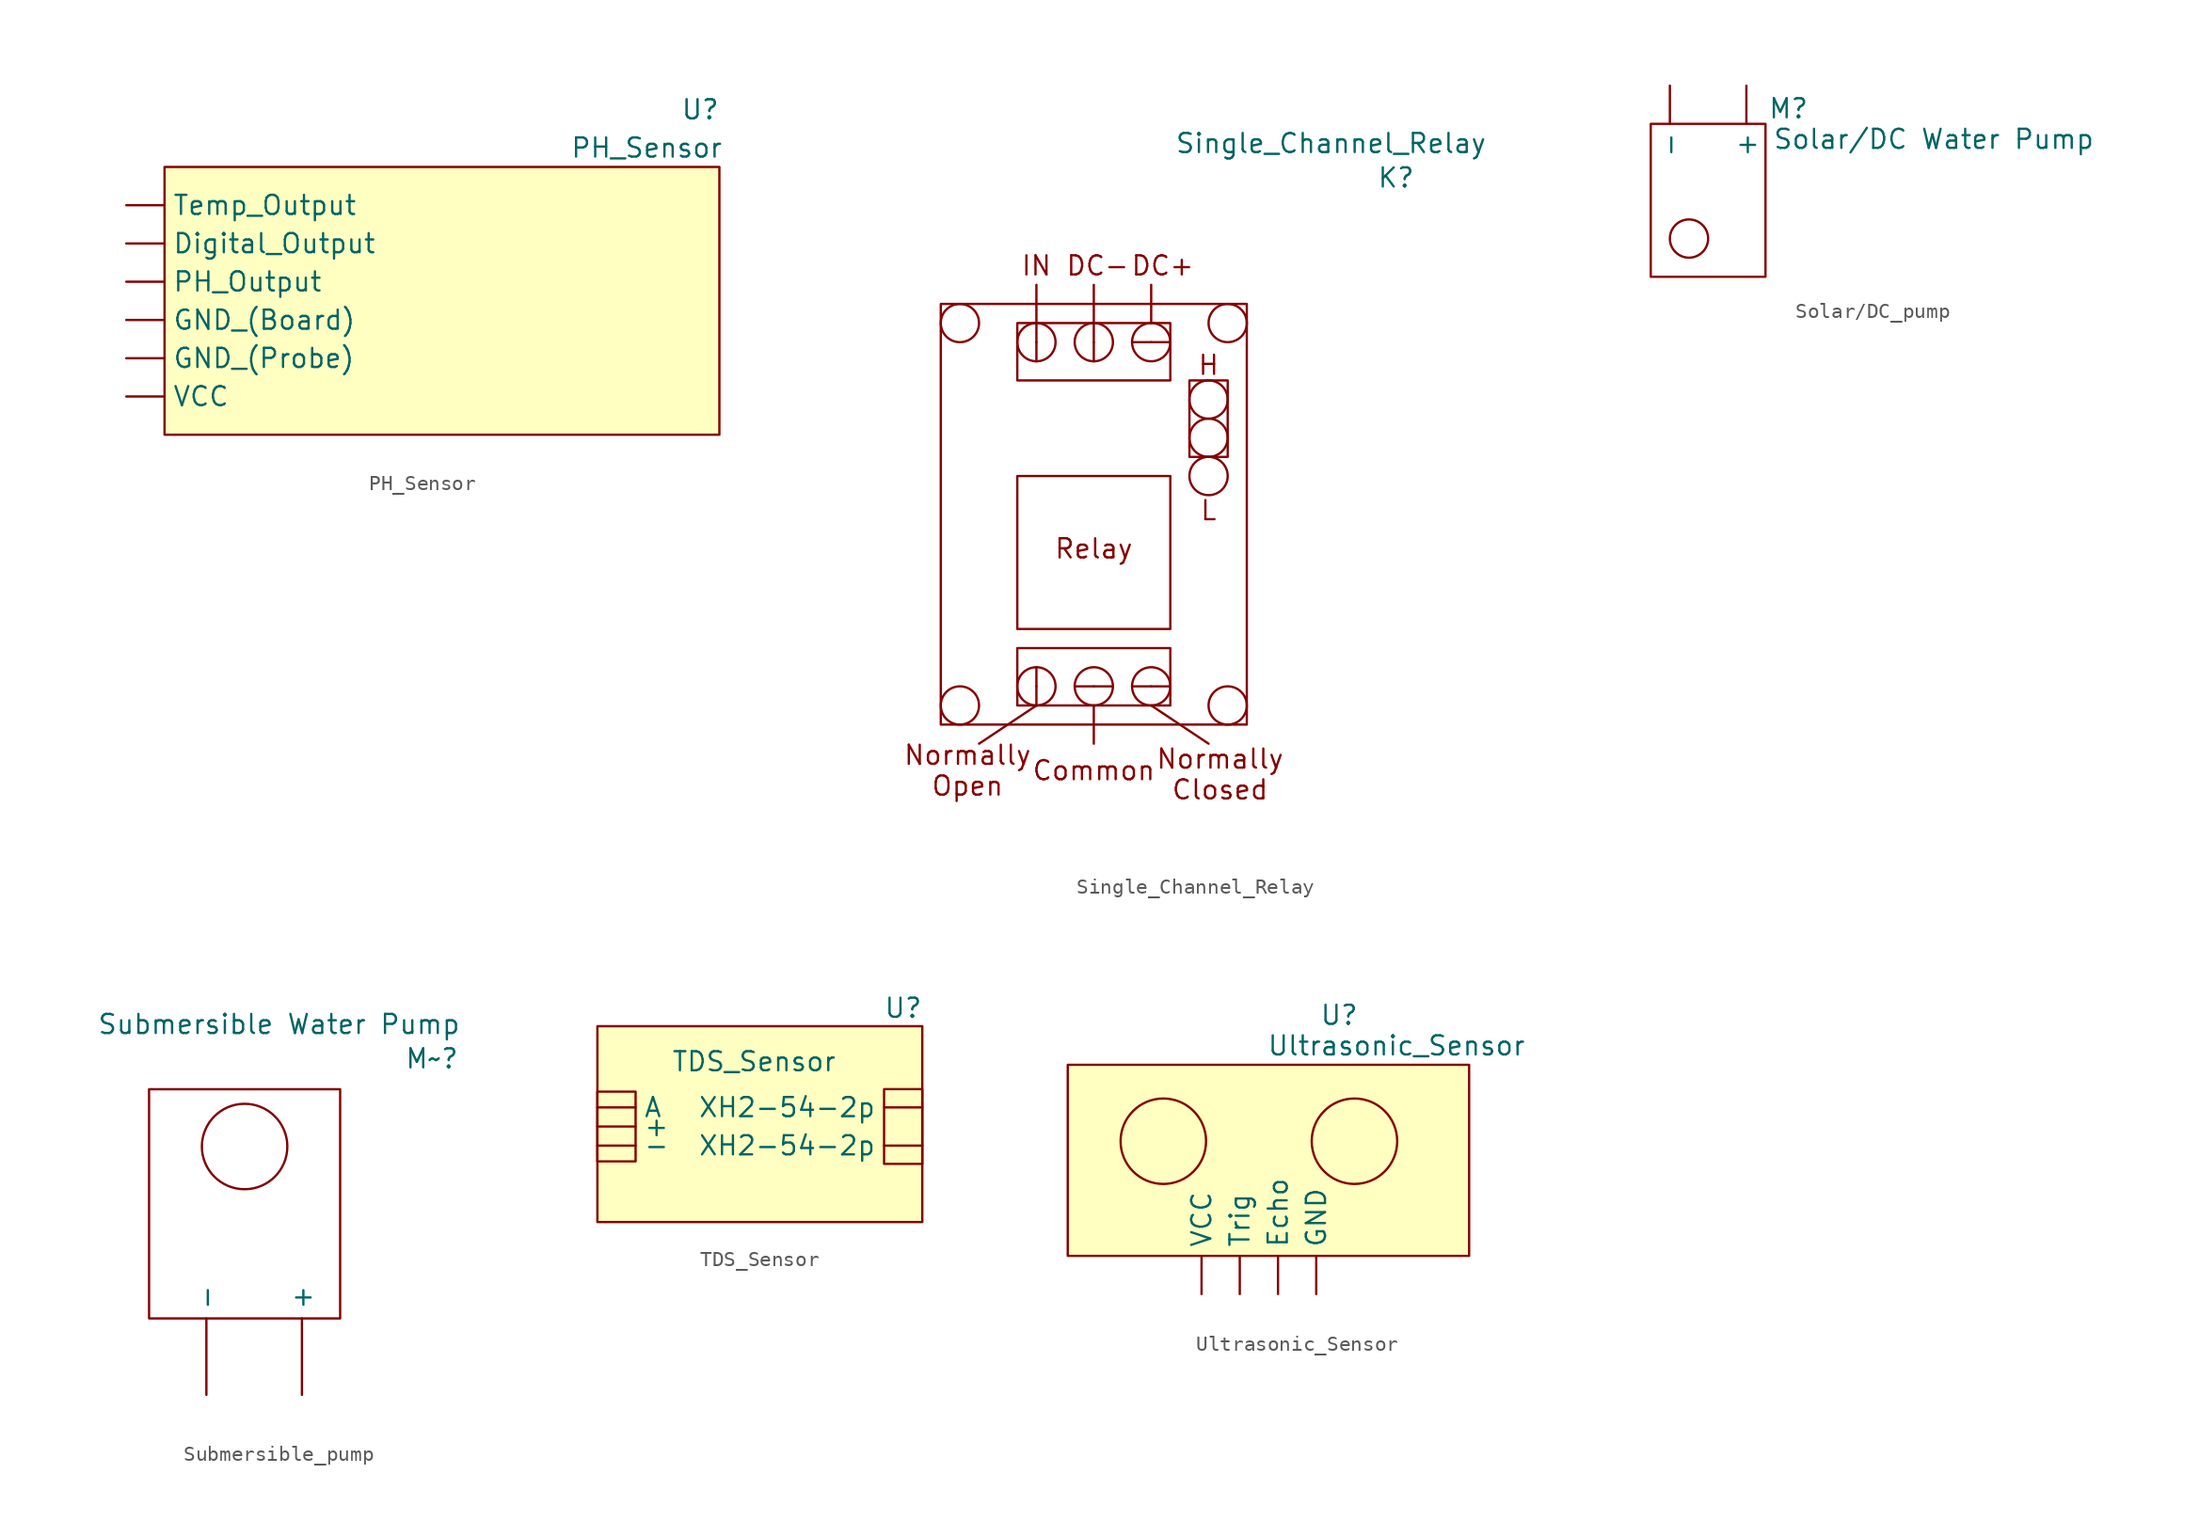
<source format=kicad_sym>
(kicad_symbol_lib
  (version 20241209)
  (generator "kicad_symbol_editor")
  (generator_version "9.0")
  (symbol "PH_Sensor"
    (property "Reference" "U"
      (at 17.78 12.7 0)
      (effects (font (size 1.27 1.27) (thickness 0.159))))
    (property "Value" "PH_Sensor"
      (at 14.224 10.16 0)
      (effects (font (size 1.27 1.27))))
    (symbol "PH_Sensor_0_1"
      (rectangle (start -17.78 8.89) (end 19.05 -8.89) (stroke (width 0) (type solid)) (fill (type color) (color 255 255 194 1))))
    (symbol "PH_Sensor_1_1"
      (pin output line (at -20.32 6.35 0) (length 2.54) (name "Temp_Output" (effects (font (size 1.27 1.27)))) (number "" (effects (font (size 1.27 1.27)))))
      (pin output line (at -20.32 3.81 0) (length 2.54) (name "Digital_Output" (effects (font (size 1.27 1.27)))) (number "" (effects (font (size 1.27 1.27)))))
      (pin output line (at -20.32 1.27 0) (length 2.54) (name "PH_Output" (effects (font (size 1.27 1.27)))) (number "" (effects (font (size 1.27 1.27)))))
      (pin passive line (at -20.32 -1.27 0) (length 2.54) (name "GND_(Board)" (effects (font (size 1.27 1.27)))) (number "" (effects (font (size 1.27 1.27)))))
      (pin passive line (at -20.32 -3.81 0) (length 2.54) (name "GND_(Probe)" (effects (font (size 1.27 1.27)))) (number "" (effects (font (size 1.27 1.27)))))
      (pin power_in line (at -20.32 -6.35 0) (length 2.54) (name "VCC" (effects (font (size 1.27 1.27)))) (number "" (effects (font (size 1.27 1.27)))))))
  (symbol "Single_Channel_Relay"
    (property "Reference" "K"
      (at 20.066 17.272 0)
      (effects (font (size 1.27 1.27))))
    (property "Value" "Single_Channel_Relay"
      (at 15.748 19.558 0)
      (effects (font (size 1.27 1.27))))
    (symbol "Single_Channel_Relay_0_1"
      (rectangle (start -10.16 8.89) (end 10.16 -19.05) (stroke (width 0) (type default)) (fill (type none)))
      (circle (center -8.89 7.62) (radius 1.27) (stroke (width 0) (type default)) (fill (type none)))
      (circle (center -8.89 -17.78) (radius 1.27) (stroke (width 0) (type default)) (fill (type none)))
      (rectangle (start -5.08 7.62) (end 5.08 3.81) (stroke (width 0) (type default)) (fill (type none)))
      (rectangle (start -5.08 -2.54) (end 5.08 -12.7) (stroke (width 0) (type default)) (fill (type none)))
      (rectangle (start -5.08 -13.97) (end 5.08 -17.78) (stroke (width 0) (type default)) (fill (type none)))
      (polyline (pts (xy -3.81 7.62) (xy -3.81 10.16)) (stroke (width 0) (type default)) (fill (type none)))
      (polyline (pts (xy -3.81 7.62) (xy -3.81 5.08)) (stroke (width 0) (type default)) (fill (type none)))
      (circle (center -3.81 6.35) (radius 1.27) (stroke (width 0) (type default)) (fill (type none)))
      (polyline (pts (xy -3.81 -15.24) (xy -3.81 -17.78)) (stroke (width 0) (type default)) (fill (type none)))
      (circle (center -3.81 -16.51) (radius 1.27) (stroke (width 0) (type default)) (fill (type none)))
      (polyline (pts (xy -3.81 -17.78) (xy -7.62 -20.32)) (stroke (width 0) (type default)) (fill (type none)))
      (polyline (pts (xy -1.27 -16.51) (xy 1.27 -16.51)) (stroke (width 0) (type default)) (fill (type none)))
      (polyline (pts (xy 0 7.62) (xy 0 10.16)) (stroke (width 0) (type default)) (fill (type none)))
      (polyline (pts (xy 0 7.62) (xy 0 5.08)) (stroke (width 0) (type default)) (fill (type none)))
      (circle (center 0 6.35) (radius 1.27) (stroke (width 0) (type default)) (fill (type none)))
      (circle (center 0 -16.51) (radius 1.27) (stroke (width 0) (type default)) (fill (type none)))
      (polyline (pts (xy 0 -17.78) (xy 0 -20.32)) (stroke (width 0) (type default)) (fill (type none)))
      (polyline (pts (xy 2.54 6.35) (xy 5.08 6.35)) (stroke (width 0) (type default)) (fill (type none)))
      (polyline (pts (xy 2.54 -16.51) (xy 5.08 -16.51)) (stroke (width 0) (type default)) (fill (type none)))
      (polyline (pts (xy 3.81 7.62) (xy 3.81 10.16)) (stroke (width 0) (type default)) (fill (type none)))
      (circle (center 3.81 6.35) (radius 1.27) (stroke (width 0) (type default)) (fill (type none)))
      (circle (center 3.81 -16.51) (radius 1.27) (stroke (width 0) (type default)) (fill (type none)))
      (polyline (pts (xy 3.81 -17.78) (xy 7.62 -20.32)) (stroke (width 0) (type default)) (fill (type none)))
      (rectangle (start 6.35 3.81) (end 8.89 -1.27) (stroke (width 0) (type default)) (fill (type none)))
      (circle (center 7.62 2.54) (radius 1.27) (stroke (width 0) (type default)) (fill (type none)))
      (circle (center 7.62 0) (radius 1.27) (stroke (width 0) (type default)) (fill (type none)))
      (circle (center 7.62 -2.54) (radius 1.27) (stroke (width 0) (type default)) (fill (type none)))
      (circle (center 8.89 7.62) (radius 1.27) (stroke (width 0) (type default)) (fill (type none)))
      (circle (center 8.89 -17.78) (radius 1.27) (stroke (width 0) (type default)) (fill (type none))))
    (symbol "Single_Channel_Relay_1_1"
      (text "Normally\nOpen" (at -8.382 -22.098 0) (effects (font (size 1.27 1.27))))
      (text "IN" (at -3.81 11.43 0) (effects (font (size 1.27 1.27))))
      (text "Relay" (at 0 -7.366 0) (effects (font (size 1.27 1.27))))
      (text "Common" (at 0 -22.098 0) (effects (font (size 1.27 1.27))))
      (text "DC-" (at 0.254 11.43 0) (effects (font (size 1.27 1.27))))
      (text "DC+" (at 4.572 11.43 0) (effects (font (size 1.27 1.27))))
      (text "H" (at 7.62 4.826 0) (effects (font (size 1.27 1.27))))
      (text "L" (at 7.62 -4.826 0) (effects (font (size 1.27 1.27))))
      (text "Normally\nClosed" (at 8.382 -22.352 0) (effects (font (size 1.27 1.27))))
      (pin passive line (at -3.81 6.35 90) (length 0) (name "" (effects (font (size 1.27 1.27)))) (number "" (effects (font (size 1.27 1.27)))))
      (pin passive line (at -3.81 -16.51 270) (length 0) (name "" (effects (font (size 1.27 1.27)))) (number "" (effects (font (size 1.27 1.27)))))
      (pin passive line (at 0 6.35 90) (length 0) (name "" (effects (font (size 1.27 1.27)))) (number "" (effects (font (size 1.27 1.27)))))
      (pin passive line (at 0 -16.51 270) (length 0) (name "" (effects (font (size 1.27 1.27)))) (number "" (effects (font (size 1.27 1.27)))))
      (pin passive line (at 3.81 6.35 90) (length 0) (name "" (effects (font (size 1.27 1.27)))) (number "" (effects (font (size 1.27 1.27)))))
      (pin passive line (at 3.81 -16.51 270) (length 0) (name "" (effects (font (size 1.27 1.27)))) (number "" (effects (font (size 1.27 1.27)))))))
  (symbol "Solar/DC_pump"
    (property "Reference" "M"
      (at 5.334 4.826 0)
      (effects (font (size 1.27 1.27))))
    (property "Value" "Solar/DC Water Pump"
      (at 14.986 2.794 0)
      (effects (font (size 1.27 1.27))))
    (symbol "Solar/DC_pump_0_1"
      (rectangle (start -3.81 3.81) (end 3.81 -6.35) (stroke (width 0) (type default)) (fill (type none)))
      (circle (center -1.27 -3.81) (radius 1.27) (stroke (width 0) (type default)) (fill (type none))))
    (symbol "Solar/DC_pump_1_1"
      (pin passive line (at -2.54 6.35 270) (length 2.54) (name "-" (effects (font (size 1.27 1.27)))) (number "" (effects (font (size 1.27 1.27)))))
      (pin power_in line (at 2.54 6.35 270) (length 2.54) (name "+" (effects (font (size 1.27 1.27)))) (number "" (effects (font (size 1.27 1.27)))))))
  (symbol "Submersible_pump"
    (property "Reference" "M~"
      (at 12.446 8.382 0)
      (effects (font (size 1.27 1.27))))
    (property "Value" "Submersible Water Pump"
      (at 2.286 10.668 0)
      (effects (font (size 1.27 1.27))))
    (symbol "Submersible_pump_0_1"
      (rectangle (start -6.35 6.35) (end 6.35 -8.89) (stroke (width 0) (type default)) (fill (type none)))
      (circle (center 0 2.54) (radius 2.84) (stroke (width 0) (type default)) (fill (type none))))
    (symbol "Submersible_pump_1_1"
      (pin passive line (at -2.54 -13.97 90) (length 5.08) (name "-" (effects (font (size 1.27 1.27)))) (number "" (effects (font (size 1.27 1.27)))))
      (pin power_in line (at 3.81 -13.97 90) (length 5.08) (name "+" (effects (font (size 1.27 1.27)))) (number "" (effects (font (size 1.27 1.27)))))))
  (symbol "TDS_Sensor"
    (property "Reference" "U"
      (at 10.16 7.874 0)
      (effects (font (size 1.27 1.27))))
    (property "Value" "TDS_Sensor"
      (at 0.254 4.318 0)
      (effects (font (size 1.27 1.27))))
    (symbol "TDS_Sensor_1_0"
      (pin output line (at -10.16 1.27 0) (length 2.54) (name "A" (effects (font (size 1.27 1.27)))) (number "" (effects (font (size 1.27 1.27)))))
      (pin power_out line (at -10.16 -1.27 0) (length 2.54) (name "-" (effects (font (size 1.27 1.27)))) (number "" (effects (font (size 1.27 1.27)))))
      (pin input line (at 11.43 1.27 180) (length 2.54) (name "XH2-54-2p" (effects (font (size 1.27 1.27)))) (number "" (effects (font (size 1.27 1.27)))))
      (pin input line (at 11.43 -1.27 180) (length 2.54) (name "XH2-54-2p" (effects (font (size 1.27 1.27)))) (number "" (effects (font (size 1.27 1.27))))))
    (symbol "TDS_Sensor_1_1"
      (rectangle (start -10.16 6.668) (end 11.43 -6.35) (stroke (width 0) (type solid)) (fill (type color) (color 255 255 194 1)))
      (rectangle (start -10.16 2.318) (end -7.62 -2.318) (stroke (width 0) (type default)) (fill (type none)))
      (rectangle (start 8.89 2.484) (end 11.43 -2.484) (stroke (width 0) (type default)) (fill (type none)))
      (pin power_in line (at -10.16 0 0) (length 2.54) (name "+" (effects (font (size 1.27 1.27)))) (number "" (effects (font (size 1.27 1.27)))))))
  (symbol "Ultrasonic_Sensor"
    (property "Reference" "U"
      (at 5.334 9.652 0)
      (effects (font (size 1.27 1.27))))
    (property "Value" "Ultrasonic_Sensor"
      (at 9.144 7.62 0)
      (effects (font (size 1.27 1.27))))
    (symbol "Ultrasonic_Sensor_0_1"
      (rectangle (start -12.7 6.35) (end 13.97 -6.35) (stroke (width 0) (type default)) (fill (type color) (color 255 255 194 1)))
      (circle (center -6.35 1.27) (radius 2.84) (stroke (width 0) (type solid)) (fill (type none)))
      (circle (center 6.35 1.27) (radius 2.84) (stroke (width 0) (type default)) (fill (type none))))
    (symbol "Ultrasonic_Sensor_1_1"
      (pin power_in line (at -3.81 -8.89 90) (length 2.54) (name "VCC" (effects (font (size 1.27 1.27)))) (number "" (effects (font (size 1.27 1.27)))))
      (pin input line (at -1.27 -8.89 90) (length 2.54) (name "Trig" (effects (font (size 1.27 1.27)))) (number "" (effects (font (size 1.27 1.27)))))
      (pin output line (at 1.27 -8.89 90) (length 2.54) (name "Echo" (effects (font (size 1.27 1.27)))) (number "" (effects (font (size 1.27 1.27)))))
      (pin passive line (at 3.81 -8.89 90) (length 2.54) (name "GND" (effects (font (size 1.27 1.27)))) (number "" (effects (font (size 1.27 1.27))))))))
</source>
